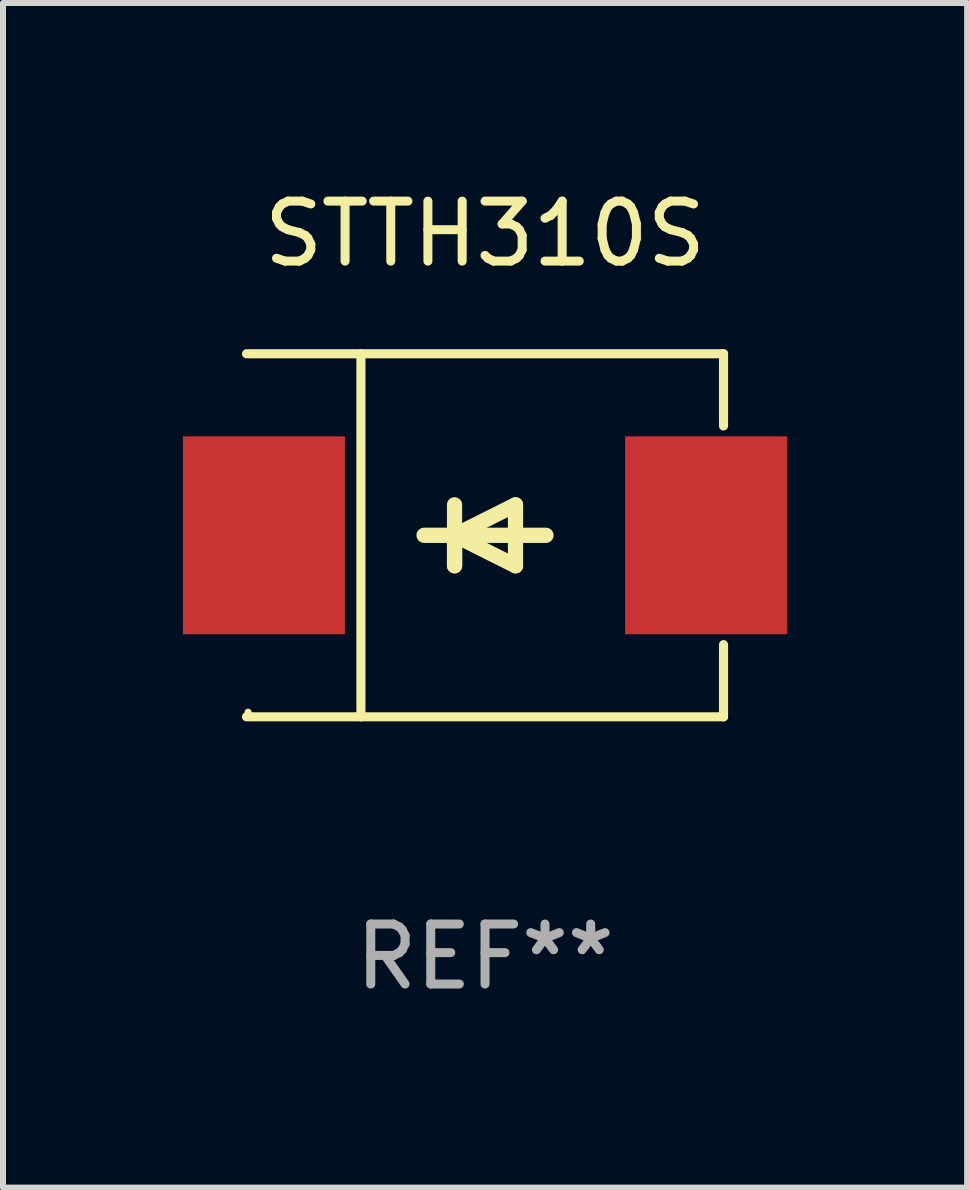
<source format=kicad_pcb>
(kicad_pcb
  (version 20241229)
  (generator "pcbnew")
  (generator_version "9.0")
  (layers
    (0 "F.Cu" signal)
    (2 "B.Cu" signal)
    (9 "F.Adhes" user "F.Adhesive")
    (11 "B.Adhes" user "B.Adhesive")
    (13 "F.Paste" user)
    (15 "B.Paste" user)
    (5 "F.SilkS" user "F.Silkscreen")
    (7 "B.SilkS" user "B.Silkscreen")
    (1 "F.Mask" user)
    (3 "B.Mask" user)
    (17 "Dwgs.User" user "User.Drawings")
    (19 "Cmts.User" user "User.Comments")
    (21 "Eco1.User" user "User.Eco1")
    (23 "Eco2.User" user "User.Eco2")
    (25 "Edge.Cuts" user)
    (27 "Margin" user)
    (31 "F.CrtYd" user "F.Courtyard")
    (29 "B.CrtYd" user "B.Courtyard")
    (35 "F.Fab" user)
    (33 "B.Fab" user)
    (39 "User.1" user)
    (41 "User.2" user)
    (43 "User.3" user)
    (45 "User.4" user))
  (footprint "STTH310S"
    (layer "F.Cu")
    (at 5.036 5.874)
    (property "Reference" "STTH310S" (at 0 -5.026 0) (layer "F.SilkS") (effects (font (size 1 1) (thickness 0.15))))
    (attr through_hole)
    (fp_line (start -3.976 -3.026) (end 3.976 -3.026) (stroke (width 0.152) (type solid)) (layer "F.SilkS"))
    (fp_line (start -3.976 3.026) (end 3.976 3.026) (stroke (width 0.152) (type solid)) (layer "F.SilkS"))
    (fp_line (start -2.069 -3.026) (end -2.069 3.026) (stroke (width 0.152) (type solid)) (layer "F.SilkS"))
    (fp_line (start -0.508 0) (end -0.508 0.508) (stroke (width 0.254) (type solid)) (layer "F.SilkS"))
    (fp_line (start -0.508 0) (end 0.508 0.508) (stroke (width 0.254) (type solid)) (layer "F.SilkS"))
    (fp_line (start -0.508 0.508) (end -0.508 -0.508) (stroke (width 0.254) (type solid)) (layer "F.SilkS"))
    (fp_line (start 0.508 -0.508) (end -0.508 0) (stroke (width 0.254) (type solid)) (layer "F.SilkS"))
    (fp_line (start 0.508 0.508) (end 0.508 -0.508) (stroke (width 0.254) (type solid)) (layer "F.SilkS"))
    (fp_line (start 1.016 0) (end -1.016 0) (stroke (width 0.254) (type solid)) (layer "F.SilkS"))
    (fp_line (start 3.976 -3.026) (end 3.976 -1.823) (stroke (width 0.152) (type solid)) (layer "F.SilkS"))
    (fp_line (start 3.976 3.026) (end 3.976 1.823) (stroke (width 0.152) (type solid)) (layer "F.SilkS"))
    (fp_circle (center -3.95 2.95) (end -3.92 2.95) (stroke (width 0.06) (type solid)) (fill no) (layer "F.SilkS"))
    (fp_text user "REF**" (at 0 7.026 0) (layer "F.Fab") (effects (font (size 1 1) (thickness 0.15))))
    (pad "1" smd rect (at -3.686 0) (size 2.7 3.3) (layers "F.Cu" "F.Mask" "F.Paste"))
    (pad "2" smd rect (at 3.686 0) (size 2.7 3.3) (layers "F.Cu" "F.Mask" "F.Paste")))
  (gr_rect
    (start -3 -3)
    (end 13.073 16.749)
    (stroke (width 0.1) (type default))
    (fill no)
    (layer "Edge.Cuts")))
</source>
